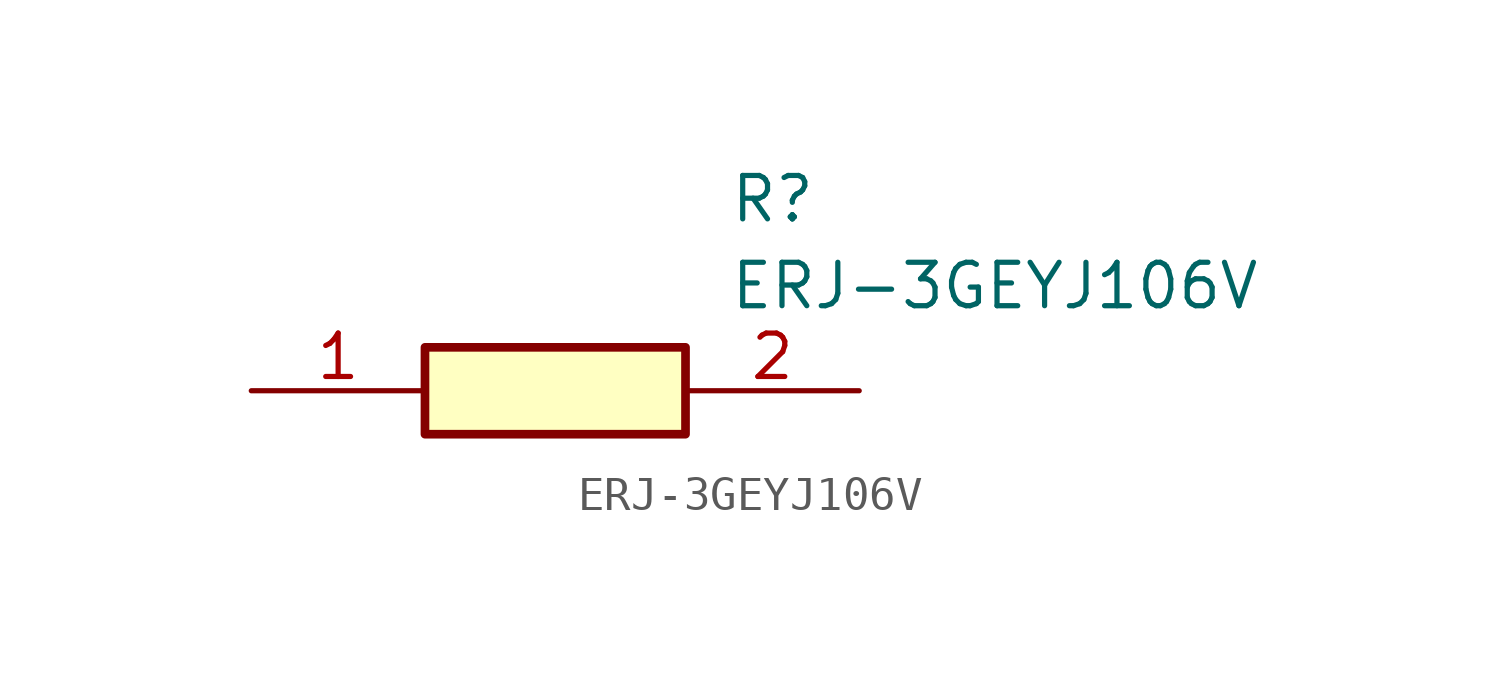
<source format=kicad_sym>
(kicad_symbol_lib
  (version 20211014)
  (generator SamacSys_ECAD_Model)
  (symbol "ERJ-3GEYJ106V"
    (pin_names hide)
    (property "Reference" "R"
      (at 13.97 6.35 0)
      (effects (font (size 1.27 1.27)) (justify left top)))
    (property "Value" "ERJ-3GEYJ106V"
      (at 13.97 3.81 0)
      (effects (font (size 1.27 1.27)) (justify left top)))
    (rectangle
      (start 5.08 1.27)
      (end 12.7 -1.27)
      (stroke (width 0.254) (type default))
      (fill (type background)))
    (pin passive line
      (at 0 0 0)
      (length 5.08)
      (name "1" (effects (font (size 1.27 1.27))))
      (number "1" (effects (font (size 1.27 1.27)))))
    (pin passive line
      (at 17.78 0 180)
      (length 5.08)
      (name "2" (effects (font (size 1.27 1.27))))
      (number "2" (effects (font (size 1.27 1.27)))))))
</source>
